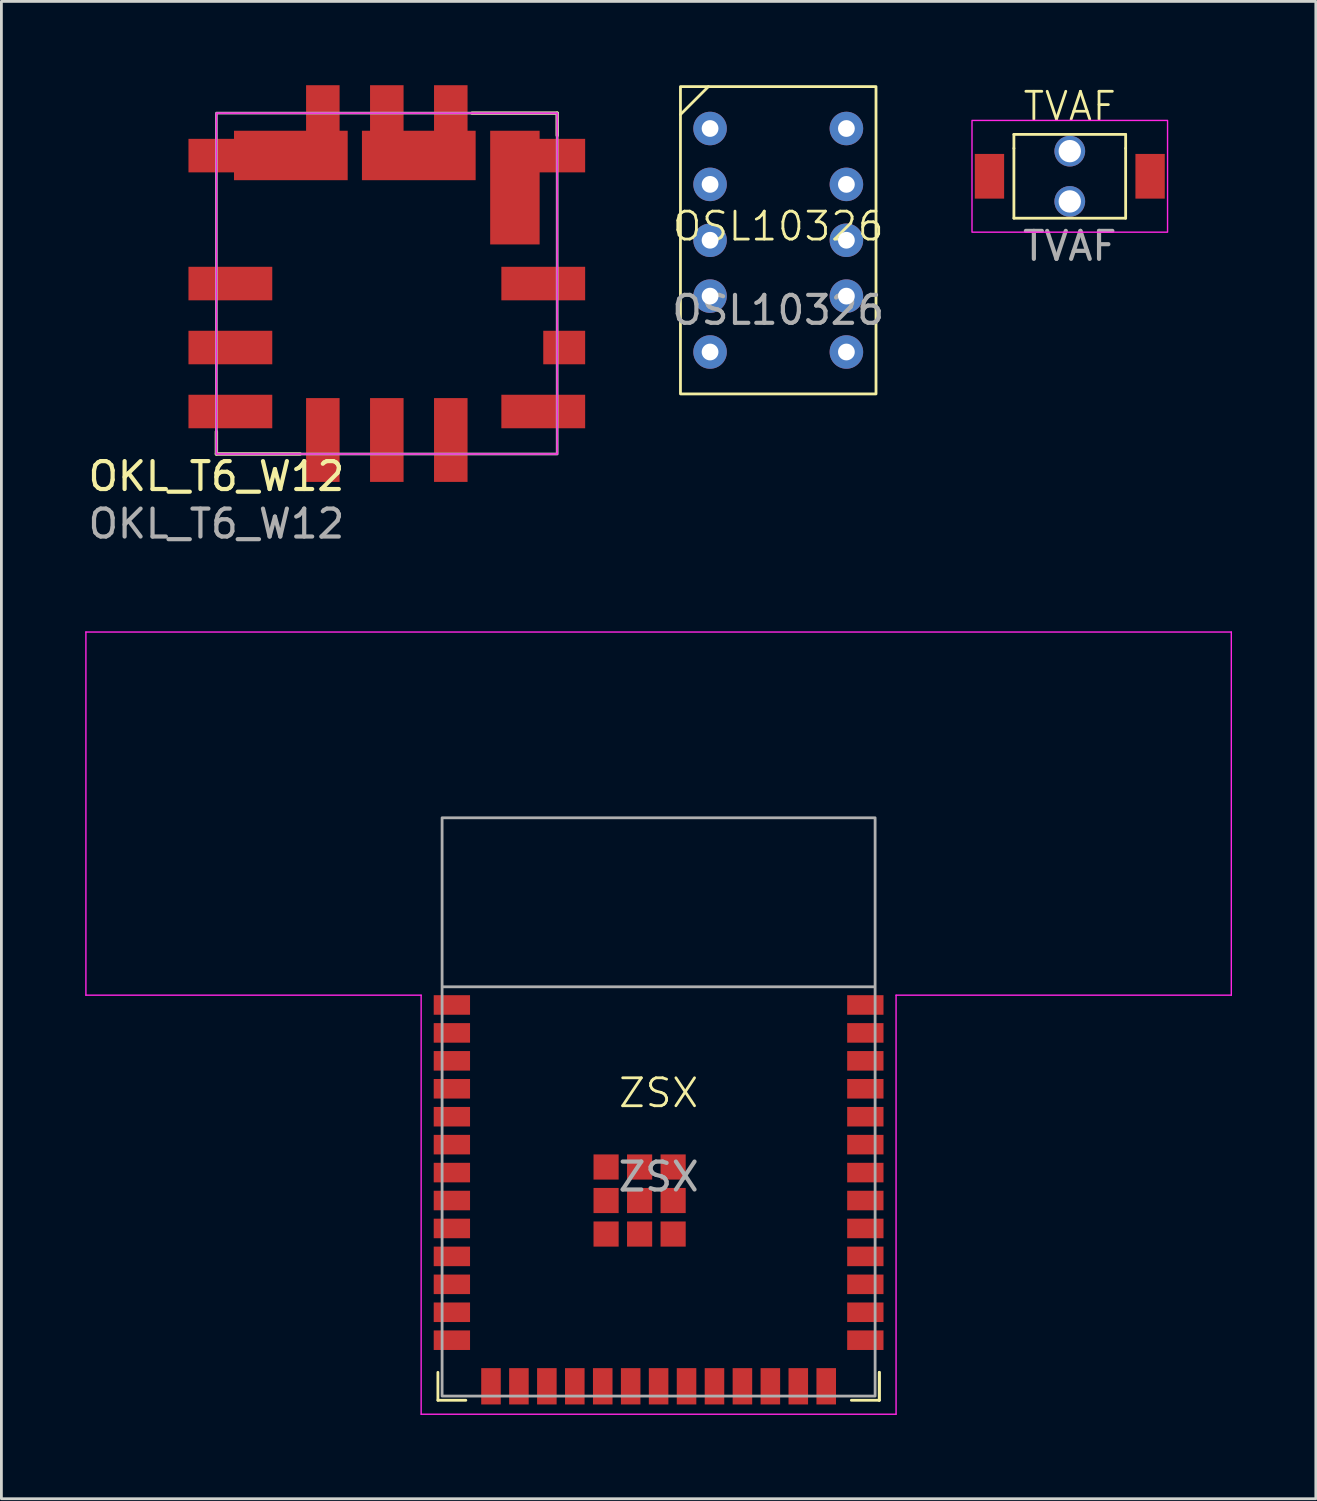
<source format=kicad_pcb>
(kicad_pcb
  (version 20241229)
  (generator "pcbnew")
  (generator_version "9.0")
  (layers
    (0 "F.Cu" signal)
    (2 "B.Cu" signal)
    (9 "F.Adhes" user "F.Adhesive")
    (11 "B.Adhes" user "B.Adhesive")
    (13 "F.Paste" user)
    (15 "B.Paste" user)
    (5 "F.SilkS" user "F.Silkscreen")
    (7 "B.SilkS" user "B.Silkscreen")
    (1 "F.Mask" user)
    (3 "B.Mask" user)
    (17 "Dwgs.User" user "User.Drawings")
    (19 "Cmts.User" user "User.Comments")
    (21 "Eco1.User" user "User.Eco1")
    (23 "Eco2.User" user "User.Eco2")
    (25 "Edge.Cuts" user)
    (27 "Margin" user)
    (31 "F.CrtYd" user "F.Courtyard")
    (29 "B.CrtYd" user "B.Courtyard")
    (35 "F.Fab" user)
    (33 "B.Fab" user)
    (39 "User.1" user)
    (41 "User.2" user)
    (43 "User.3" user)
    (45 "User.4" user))
  (footprint "ZSX"
    (layer "F.Cu")
    (at 20.525 36.573)
    (property "Reference" "ZSX" (at 0 -0.5 0) (unlocked yes) (layer "F.SilkS") (effects (font (size 1 1) (thickness 0.1))))
    (attr smd)
    (fp_line (start -7.9 9.5) (end -7.9 10.5) (stroke (width 0.1) (type default)) (layer "F.SilkS"))
    (fp_line (start -7.9 10.5) (end -6.9 10.5) (stroke (width 0.1) (type default)) (layer "F.SilkS"))
    (fp_line (start 7.9 9.5) (end 7.9 10.5) (stroke (width 0.1) (type default)) (layer "F.SilkS"))
    (fp_line (start 7.9 10.5) (end 6.9 10.5) (stroke (width 0.1) (type default)) (layer "F.SilkS"))
    (fp_line (start 7.9 10.5) (end 7.9 9.5) (stroke (width 0.1) (type default)) (layer "F.SilkS"))
    (fp_line (start -20.5 -17) (end -20.5 -4) (stroke (width 0.05) (type default)) (layer "F.CrtYd"))
    (fp_line (start -20.5 -4) (end -8.5 -4) (stroke (width 0.05) (type default)) (layer "F.CrtYd"))
    (fp_line (start -8.5 -4) (end -8.5 11) (stroke (width 0.05) (type default)) (layer "F.CrtYd"))
    (fp_line (start -8.5 11) (end 8.5 11) (stroke (width 0.05) (type default)) (layer "F.CrtYd"))
    (fp_line (start 8.5 -4) (end 20.5 -4) (stroke (width 0.05) (type default)) (layer "F.CrtYd"))
    (fp_line (start 8.5 11) (end 8.5 -4) (stroke (width 0.05) (type default)) (layer "F.CrtYd"))
    (fp_line (start 20.5 -17) (end -20.5 -17) (stroke (width 0.05) (type default)) (layer "F.CrtYd"))
    (fp_line (start 20.5 -4) (end 20.5 -17) (stroke (width 0.05) (type default)) (layer "F.CrtYd"))
    (fp_line (start -7.7 -4.3) (end 7.7 -4.3) (stroke (width 0.1) (type default)) (layer "F.Fab"))
    (fp_rect (start -7.75 -10.35) (end 7.75 10.35) (stroke (width 0.1) (type default)) (fill no) (layer "F.Fab"))
    (fp_text user "${REFERENCE}" (at 0 2.5 0) (unlocked yes) (layer "F.Fab") (effects (font (size 1 1) (thickness 0.15))))
    (pad "1" smd rect (at -7.4 -3.65) (size 1.3 0.7) (layers "F.Cu" "F.Mask" "F.Paste"))
    (pad "2" smd rect (at -7.4 -2.65) (size 1.3 0.7) (layers "F.Cu" "F.Mask" "F.Paste"))
    (pad "3" smd rect (at -7.4 -1.65) (size 1.3 0.7) (layers "F.Cu" "F.Mask" "F.Paste"))
    (pad "4" smd rect (at -7.4 -0.65) (size 1.3 0.7) (layers "F.Cu" "F.Mask" "F.Paste"))
    (pad "5" smd rect (at -7.4 0.35) (size 1.3 0.7) (layers "F.Cu" "F.Mask" "F.Paste"))
    (pad "6" smd rect (at -7.4 1.35) (size 1.3 0.7) (layers "F.Cu" "F.Mask" "F.Paste"))
    (pad "7" smd rect (at -7.4 2.35) (size 1.3 0.7) (layers "F.Cu" "F.Mask" "F.Paste"))
    (pad "8" smd rect (at -7.4 3.35) (size 1.3 0.7) (layers "F.Cu" "F.Mask" "F.Paste"))
    (pad "9" smd rect (at -7.4 4.35) (size 1.3 0.7) (layers "F.Cu" "F.Mask" "F.Paste"))
    (pad "10" smd rect (at -7.4 5.35) (size 1.3 0.7) (layers "F.Cu" "F.Mask" "F.Paste"))
    (pad "11" smd rect (at -7.4 6.35) (size 1.3 0.7) (layers "F.Cu" "F.Mask" "F.Paste"))
    (pad "12" smd rect (at -7.4 7.35) (size 1.3 0.7) (layers "F.Cu" "F.Mask" "F.Paste"))
    (pad "13" smd rect (at -7.4 8.35) (size 1.3 0.7) (layers "F.Cu" "F.Mask" "F.Paste"))
    (pad "14" smd rect (at -6 10) (size 0.7 1.3) (layers "F.Cu" "F.Mask" "F.Paste"))
    (pad "15" smd rect (at -5 10) (size 0.7 1.3) (layers "F.Cu" "F.Mask" "F.Paste"))
    (pad "16" smd rect (at -4 10) (size 0.7 1.3) (layers "F.Cu" "F.Mask" "F.Paste"))
    (pad "17" smd rect (at -3 10) (size 0.7 1.3) (layers "F.Cu" "F.Mask" "F.Paste"))
    (pad "18" smd rect (at -2 10) (size 0.7 1.3) (layers "F.Cu" "F.Mask" "F.Paste"))
    (pad "19" smd rect (at -1 10) (size 0.7 1.3) (layers "F.Cu" "F.Mask" "F.Paste"))
    (pad "20" smd rect (at 0 10) (size 0.7 1.3) (layers "F.Cu" "F.Mask" "F.Paste"))
    (pad "21" smd rect (at 1 10) (size 0.7 1.3) (layers "F.Cu" "F.Mask" "F.Paste"))
    (pad "22" smd rect (at 2 10) (size 0.7 1.3) (layers "F.Cu" "F.Mask" "F.Paste"))
    (pad "23" smd rect (at 3 10) (size 0.7 1.3) (layers "F.Cu" "F.Mask" "F.Paste"))
    (pad "24" smd rect (at 4 10) (size 0.7 1.3) (layers "F.Cu" "F.Mask" "F.Paste"))
    (pad "25" smd rect (at 5 10) (size 0.7 1.3) (layers "F.Cu" "F.Mask" "F.Paste"))
    (pad "26" smd rect (at 6 10) (size 0.7 1.3) (layers "F.Cu" "F.Mask" "F.Paste"))
    (pad "27" smd rect (at 7.4 8.35) (size 1.3 0.7) (layers "F.Cu" "F.Mask" "F.Paste"))
    (pad "28" smd rect (at 7.4 7.35) (size 1.3 0.7) (layers "F.Cu" "F.Mask" "F.Paste"))
    (pad "29" smd rect (at 7.4 6.35) (size 1.3 0.7) (layers "F.Cu" "F.Mask" "F.Paste"))
    (pad "30" smd rect (at 7.4 5.35) (size 1.3 0.7) (layers "F.Cu" "F.Mask" "F.Paste"))
    (pad "31" smd rect (at 7.4 4.35) (size 1.3 0.7) (layers "F.Cu" "F.Mask" "F.Paste"))
    (pad "32" smd rect (at 7.4 3.35) (size 1.3 0.7) (layers "F.Cu" "F.Mask" "F.Paste"))
    (pad "33" smd rect (at 7.4 2.35) (size 1.3 0.7) (layers "F.Cu" "F.Mask" "F.Paste"))
    (pad "34" smd rect (at 7.4 1.35) (size 1.3 0.7) (layers "F.Cu" "F.Mask" "F.Paste"))
    (pad "35" smd rect (at 7.4 0.35) (size 1.3 0.7) (layers "F.Cu" "F.Mask" "F.Paste"))
    (pad "36" smd rect (at 7.4 -0.65) (size 1.3 0.7) (layers "F.Cu" "F.Mask" "F.Paste"))
    (pad "37" smd rect (at 7.4 -1.65) (size 1.3 0.7) (layers "F.Cu" "F.Mask" "F.Paste"))
    (pad "38" smd rect (at 7.4 -2.65) (size 1.3 0.7) (layers "F.Cu" "F.Mask" "F.Paste"))
    (pad "39" smd rect (at 7.4 -3.65) (size 1.3 0.7) (layers "F.Cu" "F.Mask" "F.Paste"))
    (pad "40" smd rect (at -1.88 2.15) (size 0.9 0.9) (layers "F.Cu" "F.Mask" "F.Paste"))
    (pad "40" smd rect (at -1.88 3.35) (size 0.9 0.9) (layers "F.Cu" "F.Mask" "F.Paste"))
    (pad "40" smd rect (at -1.88 4.55) (size 0.9 0.9) (layers "F.Cu" "F.Mask" "F.Paste"))
    (pad "40" smd rect (at -0.68 2.15) (size 0.9 0.9) (layers "F.Cu" "F.Mask" "F.Paste"))
    (pad "40" smd rect (at -0.68 3.35) (size 0.9 0.9) (layers "F.Cu" "F.Mask" "F.Paste"))
    (pad "40" smd rect (at -0.68 4.55) (size 0.9 0.9) (layers "F.Cu" "F.Mask" "F.Paste"))
    (pad "40" smd rect (at 0.52 2.15) (size 0.9 0.9) (layers "F.Cu" "F.Mask" "F.Paste"))
    (pad "40" smd rect (at 0.52 3.35) (size 0.9 0.9) (layers "F.Cu" "F.Mask" "F.Paste"))
    (pad "40" smd rect (at 0.52 4.55) (size 0.9 0.9) (layers "F.Cu" "F.Mask" "F.Paste"))
    (zone (net_name "") (layers "F.Cu" "B.Cu") (hatch full 0.5) (connect_pads) (min_thickness 0.25) (filled_areas_thickness no) (keepout (tracks not_allowed) (vias allowed) (pads not_allowed) (copperpour not_allowed) (footprints not_allowed)) (placement (enabled no)) (fill) (polygon (pts (xy 0.525 32.273) (xy 0.525 19.873) (xy 40.525 19.873) (xy 40.525 32.273))))
    (zone (net_name "") (layers "F.Cu" "B.Cu") (hatch edge 0.5) (connect_pads) (min_thickness 0.25) (filled_areas_thickness no) (keepout (tracks not_allowed) (vias not_allowed) (pads not_allowed) (copperpour not_allowed) (footprints not_allowed)) (placement (enabled no)) (fill) (polygon (pts (xy 19.785 43.403) (xy 19.766 43.261) (xy 19.711 43.128) (xy 19.624 43.014) (xy 19.51 42.927) (xy 19.377 42.872) (xy 19.235 42.853) (xy 19.093 42.872) (xy 18.96 42.927) (xy 18.846 43.014) (xy 18.759 43.128) (xy 18.704 43.261) (xy 18.685 43.403) (xy 18.704 43.546) (xy 18.759 43.678) (xy 18.846 43.792) (xy 18.96 43.88) (xy 19.093 43.935) (xy 19.235 43.953) (xy 19.377 43.935) (xy 19.51 43.88) (xy 19.624 43.792) (xy 19.711 43.678) (xy 19.766 43.546))))
    (zone (net_name "") (layers "F.Cu" "B.Cu") (hatch edge 0.5) (connect_pads) (min_thickness 0.25) (filled_areas_thickness no) (keepout (tracks not_allowed) (vias not_allowed) (pads not_allowed) (copperpour not_allowed) (footprints not_allowed)) (placement (enabled no)) (fill) (polygon (pts (xy 25.245 41.643) (xy 25.226 41.501) (xy 25.171 41.368) (xy 25.084 41.254) (xy 24.97 41.167) (xy 24.837 41.112) (xy 24.695 41.093) (xy 24.553 41.112) (xy 24.42 41.167) (xy 24.306 41.254) (xy 24.219 41.368) (xy 24.164 41.501) (xy 24.145 41.643) (xy 24.164 41.786) (xy 24.219 41.918) (xy 24.306 42.032) (xy 24.42 42.12) (xy 24.553 42.175) (xy 24.695 42.193) (xy 24.837 42.175) (xy 24.97 42.12) (xy 25.084 42.032) (xy 25.171 41.918) (xy 25.226 41.786))))
    (zone (net_name "") (layers "F.Cu" "B.Cu") (hatch edge 0.5) (connect_pads) (min_thickness 0.25) (filled_areas_thickness no) (keepout (tracks not_allowed) (vias not_allowed) (pads not_allowed) (copperpour not_allowed) (footprints not_allowed)) (placement (enabled no)) (fill) (polygon (pts (xy 21.49 33.563) (xy 21.47 33.299) (xy 21.411 33.04) (xy 21.314 32.793) (xy 21.182 32.563) (xy 21.016 32.356) (xy 20.822 32.175) (xy 20.602 32.026) (xy 20.363 31.911) (xy 20.11 31.833) (xy 19.848 31.793) (xy 19.582 31.793) (xy 19.32 31.833) (xy 19.067 31.911) (xy 18.828 32.026) (xy 18.608 32.175) (xy 18.414 32.356) (xy 18.248 32.563) (xy 18.116 32.793) (xy 18.019 33.04) (xy 17.96 33.299) (xy 17.94 33.563) (xy 17.96 33.828) (xy 18.019 34.086) (xy 18.116 34.333) (xy 18.248 34.563) (xy 18.414 34.771) (xy 18.608 34.951) (xy 18.828 35.1) (xy 19.067 35.216) (xy 19.32 35.294) (xy 19.582 35.333) (xy 19.848 35.333) (xy 20.11 35.294) (xy 20.363 35.216) (xy 20.602 35.1) (xy 20.822 34.951) (xy 21.016 34.771) (xy 21.182 34.563) (xy 21.314 34.333) (xy 21.411 34.086) (xy 21.47 33.828)))))
  (footprint "OSL10326"
    (layer "F.Cu")
    (at 24.807 5.55)
    (property "Reference" "OSL10326" (at 0 -0.5 0) (unlocked yes) (layer "F.SilkS") (effects (font (size 1 1) (thickness 0.1))))
    (attr through_hole)
    (fp_line (start -2.5 -5.5) (end -3.5 -4.5) (stroke (width 0.1) (type default)) (layer "F.SilkS"))
    (fp_rect (start -3.5 -5.5) (end 3.5 5.5) (stroke (width 0.1) (type default)) (fill no) (layer "F.SilkS"))
    (fp_text user "${REFERENCE}" (at 0 2.5 0) (unlocked yes) (layer "F.Fab") (effects (font (size 1 1) (thickness 0.15))))
    (pad "1" thru_hole circle (at -2.44 -4) (size 1.2 1.2) (drill 0.6) (layers "*.Cu" "*.Mask"))
    (pad "2" thru_hole circle (at -2.44 -2) (size 1.2 1.2) (drill 0.6) (layers "*.Cu" "*.Mask"))
    (pad "3" thru_hole circle (at -2.44 0) (size 1.2 1.2) (drill 0.6) (layers "*.Cu" "*.Mask"))
    (pad "4" thru_hole circle (at -2.44 2) (size 1.2 1.2) (drill 0.6) (layers "*.Cu" "*.Mask"))
    (pad "5" thru_hole circle (at -2.44 4) (size 1.2 1.2) (drill 0.6) (layers "*.Cu" "*.Mask"))
    (pad "6" thru_hole circle (at 2.44 4) (size 1.2 1.2) (drill 0.6) (layers "*.Cu" "*.Mask"))
    (pad "7" thru_hole circle (at 2.44 2) (size 1.2 1.2) (drill 0.6) (layers "*.Cu" "*.Mask"))
    (pad "8" thru_hole circle (at 2.44 0) (size 1.2 1.2) (drill 0.6) (layers "*.Cu" "*.Mask"))
    (pad "9" thru_hole circle (at 2.44 -2) (size 1.2 1.2) (drill 0.6) (layers "*.Cu" "*.Mask"))
    (pad "10" thru_hole circle (at 2.44 -4) (size 1.2 1.2) (drill 0.6) (layers "*.Cu" "*.Mask")))
  (footprint "OKL_T6_W12"
    (layer "F.Cu")
    (at 4.696 13.2)
    (property "Reference" "OKL_T6_W12" (at 0 0.8 0) (unlocked yes) (layer "F.SilkS") (effects (font (size 1 1) (thickness 0.15))))
    (attr smd)
    (fp_line (start 0 -0.8) (end 0 0) (stroke (width 0.12) (type solid)) (layer "F.SilkS"))
    (fp_line (start 0 0) (end 3 0) (stroke (width 0.12) (type solid)) (layer "F.SilkS"))
    (fp_line (start 9.15 -12.2) (end 12.2 -12.2) (stroke (width 0.12) (type solid)) (layer "F.SilkS"))
    (fp_line (start 12.2 -12.2) (end 12.2 -11.4) (stroke (width 0.12) (type solid)) (layer "F.SilkS"))
    (fp_rect (start 0 0) (end 12.2 -12.2) (stroke (width 0.05) (type solid)) (fill no) (layer "F.CrtYd"))
    (fp_rect (start 0 0) (end 12.2 -12.2) (stroke (width 0.1) (type solid)) (fill no) (layer "F.Fab"))
    (fp_text user "${REFERENCE}" (at 0 2.5 0) (unlocked yes) (layer "F.Fab") (effects (font (size 1 1) (thickness 0.15))))
    (pad "1" smd rect (at 0.5 -6.1 90) (size 1.2 3) (layers "F.Cu" "F.Mask" "F.Paste"))
    (pad "2" smd rect (at 0.5 -10.68 90) (size 1.2 3) (layers "F.Cu" "F.Mask" "F.Paste"))
    (pad "2" smd rect (at 2.665 -10.685) (size 4.07 1.77) (layers "F.Cu" "F.Mask" "F.Paste"))
    (pad "2" smd rect (at 3.81 -11.7 180) (size 1.2 3) (layers "F.Cu" "F.Mask" "F.Paste"))
    (pad "3" smd rect (at 6.1 -11.7 180) (size 1.2 3) (layers "F.Cu" "F.Mask" "F.Paste"))
    (pad "3" smd rect (at 7.245 -10.685) (size 4.07 1.77) (layers "F.Cu" "F.Mask" "F.Paste"))
    (pad "3" smd rect (at 8.39 -11.7 180) (size 1.2 3) (layers "F.Cu" "F.Mask" "F.Paste"))
    (pad "4" smd rect (at 10.685 -9.535) (size 1.77 4.07) (layers "F.Cu" "F.Mask" "F.Paste"))
    (pad "4" smd rect (at 11.7 -10.68 90) (size 1.2 3) (layers "F.Cu" "F.Mask" "F.Paste"))
    (pad "5" smd rect (at 11.7 -6.1 90) (size 1.2 3) (layers "F.Cu" "F.Mask" "F.Paste"))
    (pad "6" smd rect (at 11.7 -1.52 90) (size 1.2 3) (layers "F.Cu" "F.Mask" "F.Paste"))
    (pad "7" smd rect (at 6.1 -0.5) (size 1.2 3) (layers "F.Cu" "F.Mask" "F.Paste"))
    (pad "8" smd rect (at 3.81 -0.5) (size 1.2 3) (layers "F.Cu" "F.Mask" "F.Paste"))
    (pad "9" smd rect (at 0.5 -1.52 90) (size 1.2 3) (layers "F.Cu" "F.Mask" "F.Paste"))
    (pad "10" smd rect (at 0.5 -3.81 90) (size 1.2 3) (layers "F.Cu" "F.Mask" "F.Paste"))
    (pad "11" smd rect (at 12.45 -3.81 90) (size 1.2 1.5) (layers "F.Cu" "F.Mask" "F.Paste"))
    (pad "12" smd rect (at 8.39 -0.5) (size 1.2 3) (layers "F.Cu" "F.Mask" "F.Paste")))
  (footprint "TVAF"
    (layer "F.Cu")
    (at 35.243 3.26)
    (property "Reference" "TVAF" (at 0 -2.5 0) (unlocked yes) (layer "F.SilkS") (effects (font (size 1 1) (thickness 0.1))))
    (attr smd)
    (fp_line (start -2 -1.5) (end 2 -1.5) (stroke (width 0.1) (type default)) (layer "F.SilkS"))
    (fp_line (start -2 -1) (end -2 -1.5) (stroke (width 0.1) (type default)) (layer "F.SilkS"))
    (fp_line (start -2 1.5) (end -2 -1) (stroke (width 0.1) (type default)) (layer "F.SilkS"))
    (fp_line (start 2 -1.5) (end 2 -1) (stroke (width 0.1) (type default)) (layer "F.SilkS"))
    (fp_line (start 2 -1) (end 2 1.5) (stroke (width 0.1) (type default)) (layer "F.SilkS"))
    (fp_line (start 2 1.5) (end -2 1.5) (stroke (width 0.1) (type default)) (layer "F.SilkS"))
    (fp_rect (start -3.5 -2) (end 3.5 2) (stroke (width 0.05) (type default)) (fill no) (layer "F.CrtYd"))
    (fp_text user "${REFERENCE}" (at 0 2.5 0) (unlocked yes) (layer "F.Fab") (effects (font (size 1 1) (thickness 0.15))))
    (pad "" thru_hole circle (at 0 -0.9) (size 1.1 1.1) (drill 0.8) (layers "*.Cu" "*.Mask"))
    (pad "" thru_hole circle (at 0 0.9) (size 1.1 1.1) (drill 0.8) (layers "*.Cu" "*.Mask"))
    (pad "1" smd rect (at -2.875 0) (size 1.05 1.6) (layers "F.Cu" "F.Mask" "F.Paste"))
    (pad "2" smd rect (at 2.875 0) (size 1.05 1.6) (layers "F.Cu" "F.Mask" "F.Paste")))
  (gr_rect
    (start -3 -3)
    (end 44.05 50.598)
    (stroke (width 0.1) (type default))
    (fill no)
    (layer "Edge.Cuts")))
</source>
